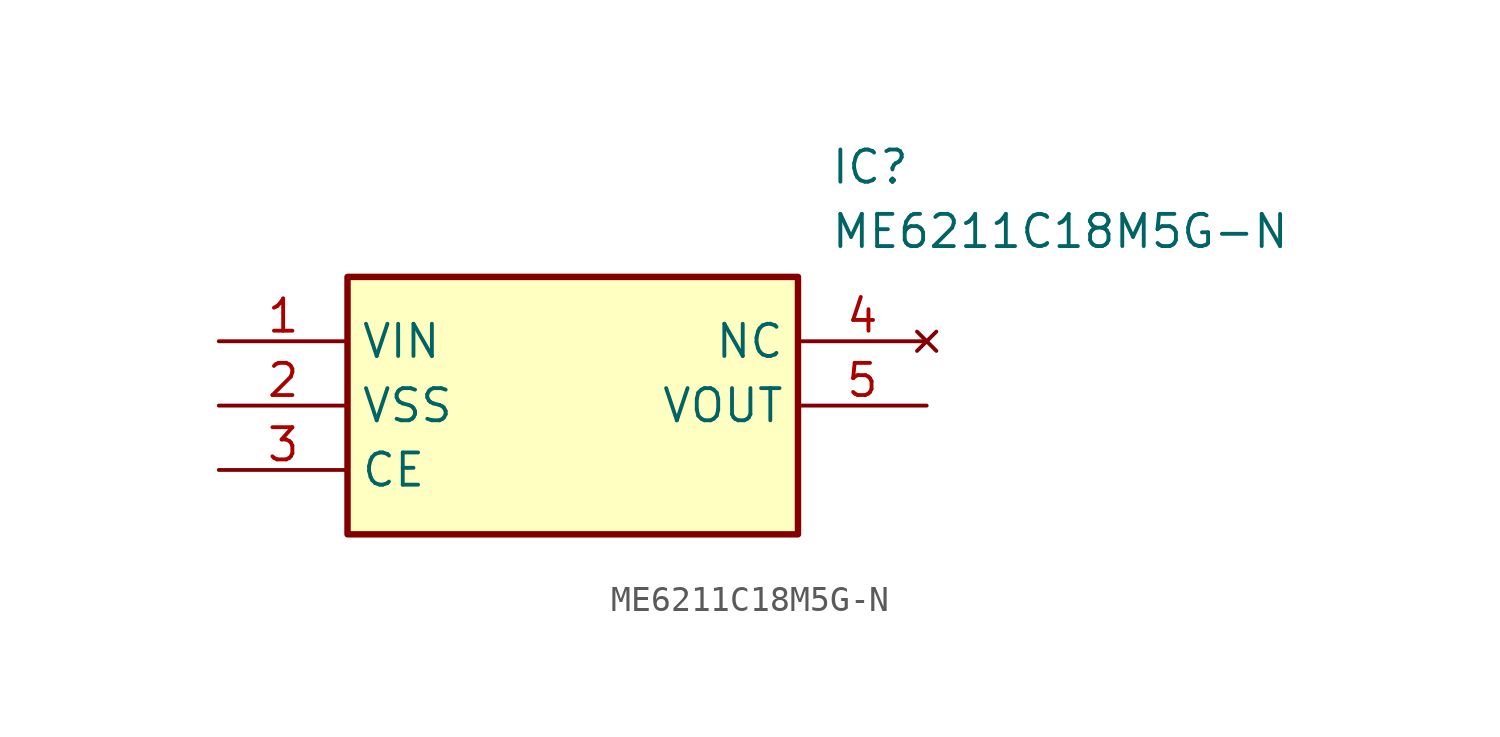
<source format=kicad_sym>
(kicad_symbol_lib
  (version 20211014)
  (generator SamacSys_ECAD_Model)
  (symbol "ME6211C18M5G-N"
    (property "Reference" "IC"
      (at 24.13 7.62 0)
      (effects (font (size 1.27 1.27)) (justify left top)))
    (property "Value" "ME6211C18M5G-N"
      (at 24.13 5.08 0)
      (effects (font (size 1.27 1.27)) (justify left top)))
    (rectangle
      (start 5.08 2.54)
      (end 22.86 -7.62)
      (stroke (width 0.254) (type default))
      (fill (type background)))
    (pin passive line
      (at 0 0 0)
      (length 5.08)
      (name "VIN" (effects (font (size 1.27 1.27))))
      (number "1" (effects (font (size 1.27 1.27)))))
    (pin passive line
      (at 0 -2.54 0)
      (length 5.08)
      (name "VSS" (effects (font (size 1.27 1.27))))
      (number "2" (effects (font (size 1.27 1.27)))))
    (pin passive line
      (at 0 -5.08 0)
      (length 5.08)
      (name "CE" (effects (font (size 1.27 1.27))))
      (number "3" (effects (font (size 1.27 1.27)))))
    (pin no_connect line
      (at 27.94 0 180)
      (length 5.08)
      (name "NC" (effects (font (size 1.27 1.27))))
      (number "4" (effects (font (size 1.27 1.27)))))
    (pin passive line
      (at 27.94 -2.54 180)
      (length 5.08)
      (name "VOUT" (effects (font (size 1.27 1.27))))
      (number "5" (effects (font (size 1.27 1.27)))))))
</source>
